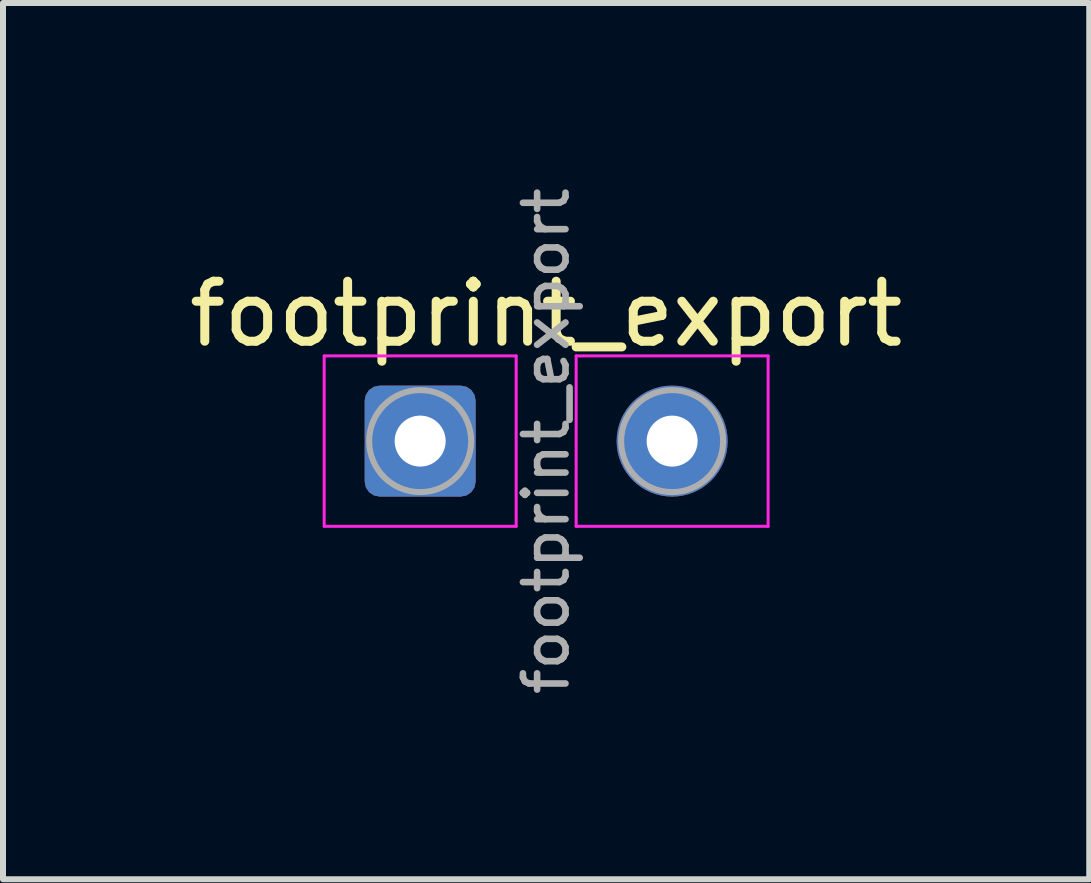
<source format=kicad_pcb>
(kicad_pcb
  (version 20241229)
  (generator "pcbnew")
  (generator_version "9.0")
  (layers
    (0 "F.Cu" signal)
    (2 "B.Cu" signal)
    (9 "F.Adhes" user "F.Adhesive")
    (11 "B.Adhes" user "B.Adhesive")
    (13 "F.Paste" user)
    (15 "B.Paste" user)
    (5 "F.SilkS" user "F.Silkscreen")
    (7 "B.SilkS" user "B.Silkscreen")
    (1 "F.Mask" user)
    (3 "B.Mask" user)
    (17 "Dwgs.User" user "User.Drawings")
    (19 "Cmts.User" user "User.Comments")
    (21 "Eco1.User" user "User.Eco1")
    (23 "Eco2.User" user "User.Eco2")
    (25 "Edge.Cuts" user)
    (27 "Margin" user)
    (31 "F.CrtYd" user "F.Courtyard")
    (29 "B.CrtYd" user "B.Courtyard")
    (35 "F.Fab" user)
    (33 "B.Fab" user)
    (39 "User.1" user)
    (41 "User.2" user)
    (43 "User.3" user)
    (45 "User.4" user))
  (footprint "footprint_export"
    (layer "F.Cu")
    (at 3.954 4.303)
    (property "Reference" "footprint_export" (at 2.1 -2.12 0) (layer "F.SilkS") (effects (font (size 1 1) (thickness 0.15))))
    (attr exclude_from_pos_files exclude_from_bom)
    (fp_line (start -1.6 -1.42) (end -1.6 1.42) (stroke (width 0.05) (type solid)) (layer "F.CrtYd"))
    (fp_line (start -1.6 1.42) (end 1.6 1.42) (stroke (width 0.05) (type solid)) (layer "F.CrtYd"))
    (fp_line (start 1.6 -1.42) (end -1.6 -1.42) (stroke (width 0.05) (type solid)) (layer "F.CrtYd"))
    (fp_line (start 1.6 1.42) (end 1.6 -1.42) (stroke (width 0.05) (type solid)) (layer "F.CrtYd"))
    (fp_line (start 2.6 -1.42) (end 2.6 1.42) (stroke (width 0.05) (type solid)) (layer "F.CrtYd"))
    (fp_line (start 2.6 1.42) (end 5.8 1.42) (stroke (width 0.05) (type solid)) (layer "F.CrtYd"))
    (fp_line (start 5.8 -1.42) (end 2.6 -1.42) (stroke (width 0.05) (type solid)) (layer "F.CrtYd"))
    (fp_line (start 5.8 1.42) (end 5.8 -1.42) (stroke (width 0.05) (type solid)) (layer "F.CrtYd"))
    (fp_circle (center 0 0) (end 0.85 0) (stroke (width 0.1) (type solid)) (fill no) (layer "F.Fab"))
    (fp_circle (center 4.2 0) (end 5.05 0) (stroke (width 0.1) (type solid)) (fill no) (layer "F.Fab"))
    (fp_text user "${REFERENCE}" (at 2.1 0 90) (layer "F.Fab") (effects (font (size 0.71 0.71) (thickness 0.11))))
    (pad "1" thru_hole roundrect (at 0 0) (size 1.85 1.85) (drill 0.85) (layers "*.Cu" "*.Mask") (roundrect_rratio 0.135))
    (pad "2" thru_hole circle (at 4.2 0) (size 1.85 1.85) (drill 0.85) (layers "*.Cu" "*.Mask")))
  (gr_rect
    (start -3 -3)
    (end 15.107 11.607)
    (stroke (width 0.1) (type default))
    (fill no)
    (layer "Edge.Cuts")))
</source>
